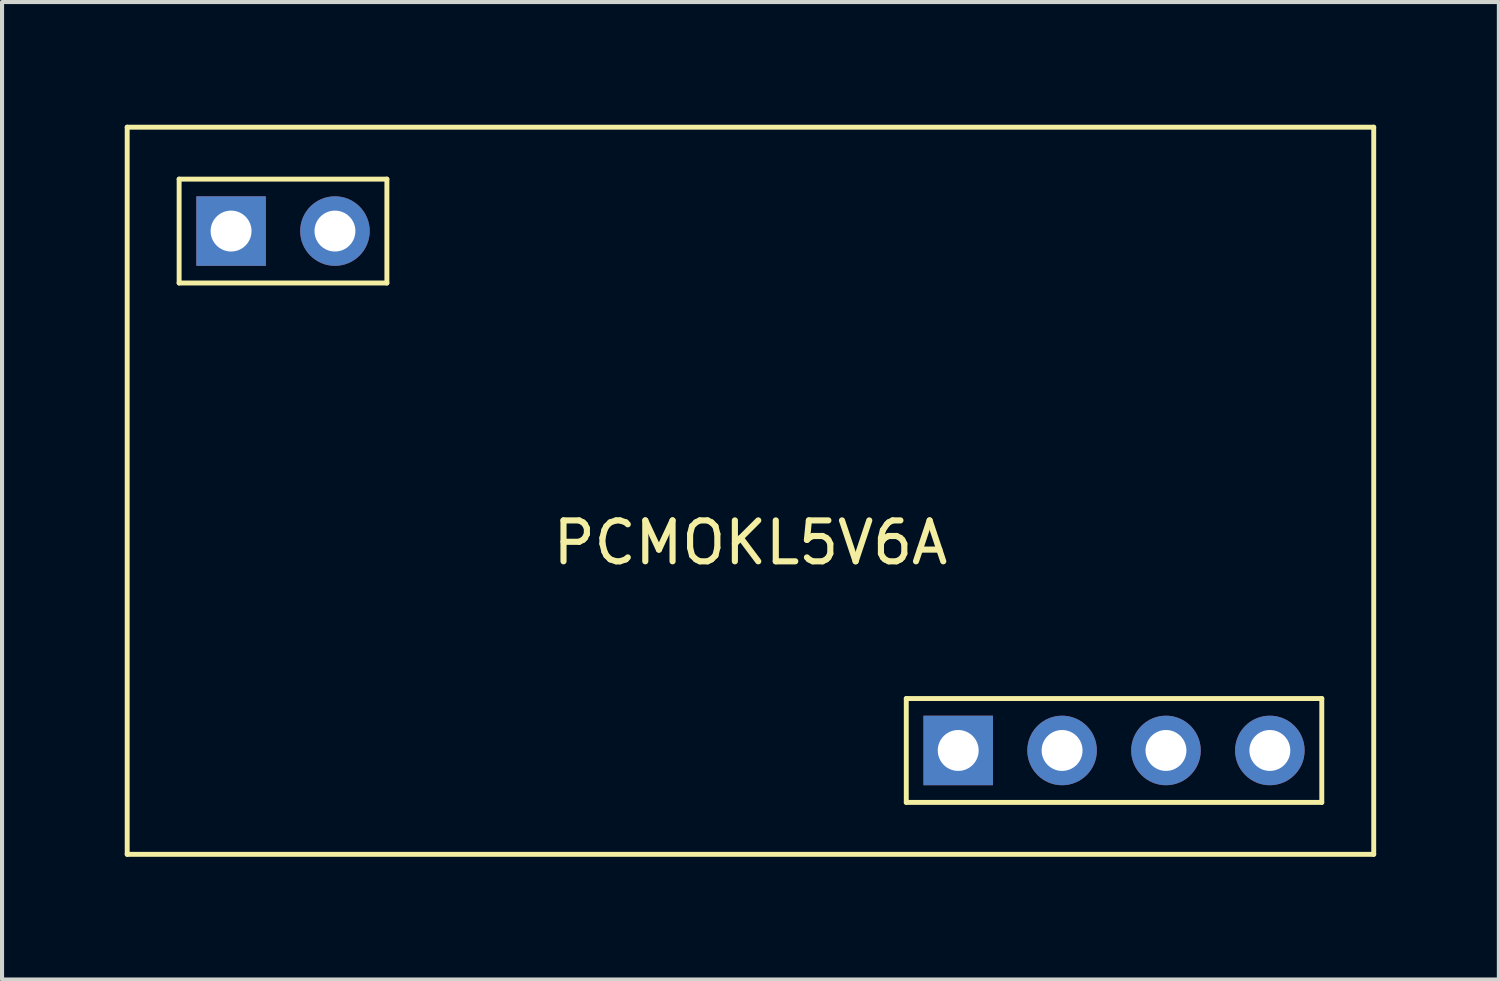
<source format=kicad_pcb>
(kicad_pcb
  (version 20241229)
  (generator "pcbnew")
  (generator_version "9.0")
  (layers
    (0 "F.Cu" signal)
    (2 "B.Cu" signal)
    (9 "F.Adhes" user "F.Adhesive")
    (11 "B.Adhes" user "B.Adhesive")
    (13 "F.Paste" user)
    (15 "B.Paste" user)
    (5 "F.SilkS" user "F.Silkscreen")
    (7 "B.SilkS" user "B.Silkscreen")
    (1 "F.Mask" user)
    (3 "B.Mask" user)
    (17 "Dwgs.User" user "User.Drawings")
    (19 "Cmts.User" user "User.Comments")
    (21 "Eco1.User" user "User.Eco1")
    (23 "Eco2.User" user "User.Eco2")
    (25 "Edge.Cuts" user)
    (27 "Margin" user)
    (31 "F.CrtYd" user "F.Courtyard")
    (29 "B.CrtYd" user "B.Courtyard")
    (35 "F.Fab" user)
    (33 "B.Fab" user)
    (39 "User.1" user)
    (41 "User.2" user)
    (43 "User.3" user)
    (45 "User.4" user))
  (footprint "PCMOKL5V6A"
    (layer "F.Cu")
    (at 15.3 8.95)
    (property "Reference" "PCMOKL5V6A" (at 0 1.27 0) (layer "F.SilkS") (effects (font (size 1 1) (thickness 0.15))))
    (attr through_hole)
    (fp_line (start -15.24 -8.89) (end -15.24 8.89) (stroke (width 0.12) (type solid)) (layer "F.SilkS"))
    (fp_line (start -15.24 -8.89) (end 15.24 -8.89) (stroke (width 0.12) (type solid)) (layer "F.SilkS"))
    (fp_line (start -13.97 -7.62) (end -8.89 -7.62) (stroke (width 0.12) (type solid)) (layer "F.SilkS"))
    (fp_line (start -13.97 -5.08) (end -13.97 -7.62) (stroke (width 0.12) (type solid)) (layer "F.SilkS"))
    (fp_line (start -8.89 -7.62) (end -8.89 -5.08) (stroke (width 0.12) (type solid)) (layer "F.SilkS"))
    (fp_line (start -8.89 -5.08) (end -13.97 -5.08) (stroke (width 0.12) (type solid)) (layer "F.SilkS"))
    (fp_line (start 3.81 5.08) (end 13.97 5.08) (stroke (width 0.12) (type solid)) (layer "F.SilkS"))
    (fp_line (start 3.81 7.62) (end 3.81 5.08) (stroke (width 0.12) (type solid)) (layer "F.SilkS"))
    (fp_line (start 13.97 5.08) (end 13.97 7.62) (stroke (width 0.12) (type solid)) (layer "F.SilkS"))
    (fp_line (start 13.97 7.62) (end 3.81 7.62) (stroke (width 0.12) (type solid)) (layer "F.SilkS"))
    (fp_line (start 15.24 -8.89) (end 15.24 8.89) (stroke (width 0.12) (type solid)) (layer "F.SilkS"))
    (fp_line (start 15.24 8.89) (end -15.24 8.89) (stroke (width 0.12) (type solid)) (layer "F.SilkS"))
    (pad "1" thru_hole rect (at -12.7 -6.35) (size 1.7 1.7) (drill 1) (layers "*.Cu" "*.Mask"))
    (pad "2" thru_hole circle (at -10.16 -6.35) (size 1.7 1.7) (drill 1) (layers "*.Cu" "*.Mask"))
    (pad "3" thru_hole circle (at 12.7 6.35) (size 1.7 1.7) (drill 1) (layers "*.Cu" "*.Mask"))
    (pad "4" thru_hole circle (at 10.16 6.35) (size 1.7 1.7) (drill 1) (layers "*.Cu" "*.Mask"))
    (pad "5" thru_hole circle (at 7.62 6.35) (size 1.7 1.7) (drill 1) (layers "*.Cu" "*.Mask"))
    (pad "6" thru_hole rect (at 5.08 6.35) (size 1.7 1.7) (drill 1) (layers "*.Cu" "*.Mask")))
  (gr_rect
    (start -3 -3)
    (end 33.6 20.9)
    (stroke (width 0.1) (type default))
    (fill no)
    (layer "Edge.Cuts")))
</source>
